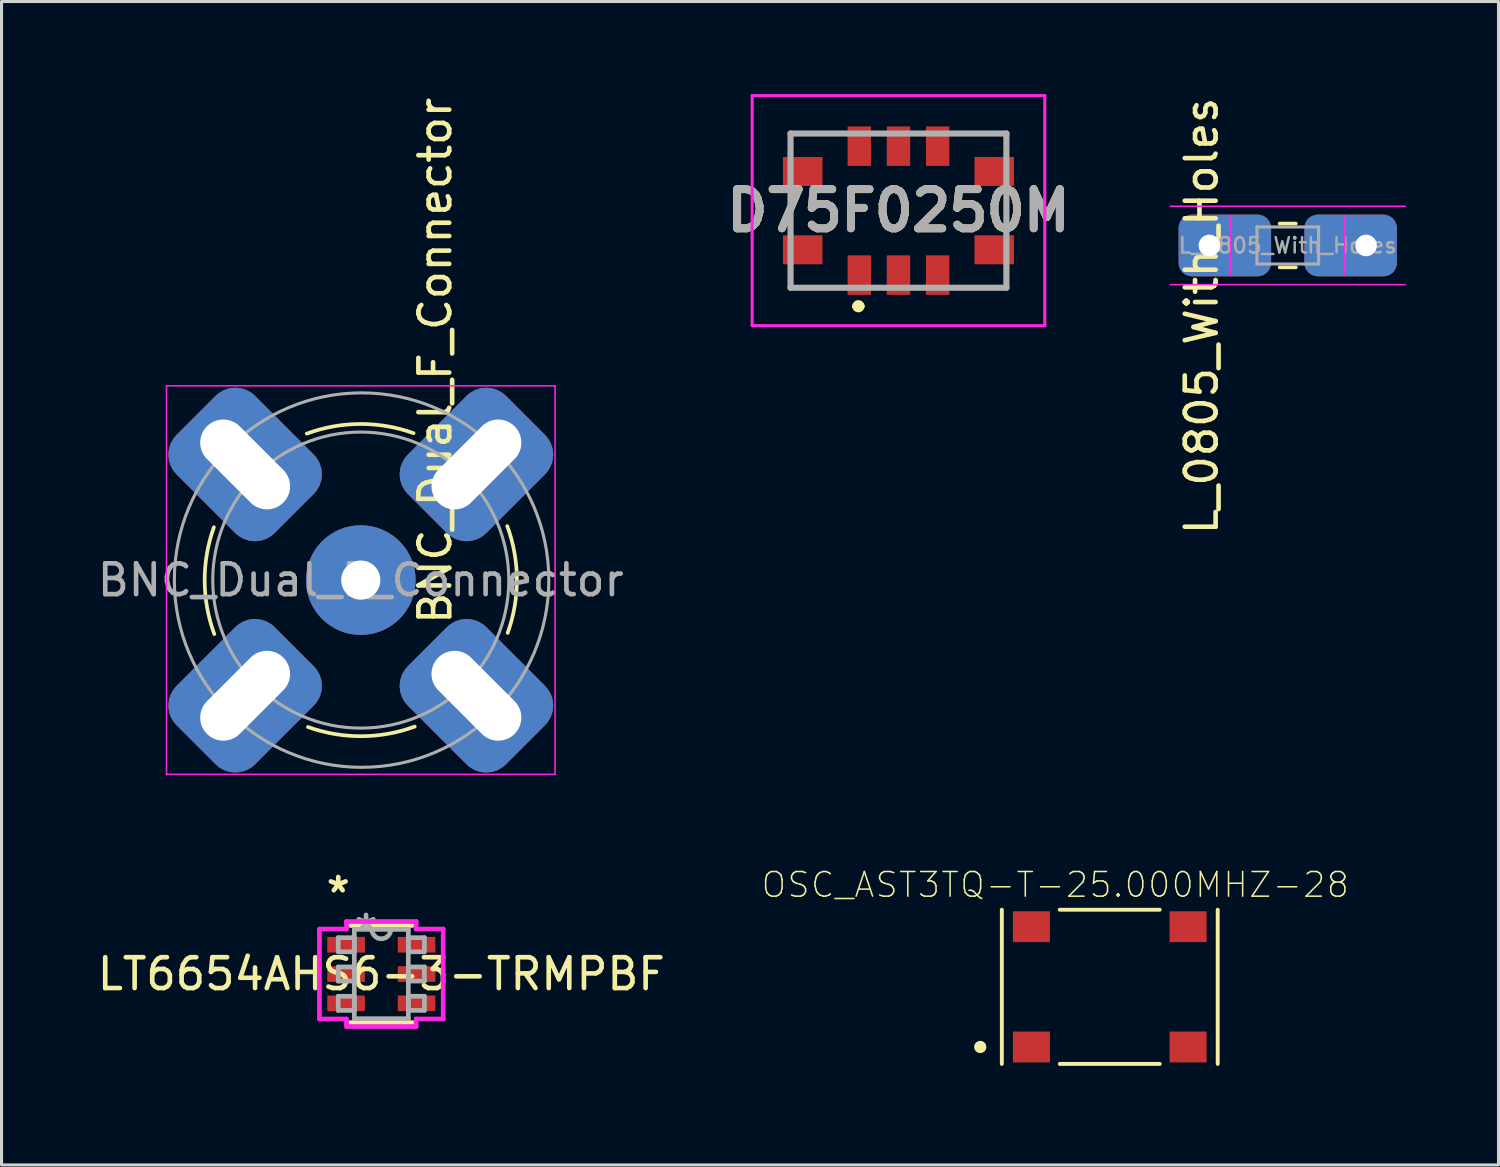
<source format=kicad_pcb>
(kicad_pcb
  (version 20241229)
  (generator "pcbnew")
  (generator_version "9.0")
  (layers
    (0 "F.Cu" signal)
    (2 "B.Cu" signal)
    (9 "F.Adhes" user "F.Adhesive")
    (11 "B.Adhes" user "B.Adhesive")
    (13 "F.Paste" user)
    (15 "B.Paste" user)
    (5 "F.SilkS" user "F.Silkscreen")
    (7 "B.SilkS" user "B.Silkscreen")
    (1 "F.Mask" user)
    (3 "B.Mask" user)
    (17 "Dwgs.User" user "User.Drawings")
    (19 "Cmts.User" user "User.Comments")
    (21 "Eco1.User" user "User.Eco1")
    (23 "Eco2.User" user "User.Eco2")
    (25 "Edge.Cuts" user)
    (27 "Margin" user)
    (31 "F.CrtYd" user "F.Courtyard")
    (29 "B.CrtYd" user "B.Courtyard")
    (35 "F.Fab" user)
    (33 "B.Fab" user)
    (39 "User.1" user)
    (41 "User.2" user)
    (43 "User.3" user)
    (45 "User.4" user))
  (footprint "OSC_AST3TQ-T-25.000MHZ-28"
    (layer "F.Cu")
    (at 32.937 28.95)
    (property "Reference" "OSC_AST3TQ-T-25.000MHZ-28" (at -1.768 -3.308 0) (layer "F.SilkS") (effects (font (size 0.8 0.8) (thickness 0.05))))
    (attr smd)
    (fp_line (start -3.5 -2.5) (end -3.5 2.5) (stroke (width 0.127) (type solid)) (layer "F.SilkS"))
    (fp_line (start -1.62 -2.5) (end 1.62 -2.5) (stroke (width 0.127) (type solid)) (layer "F.SilkS"))
    (fp_line (start -1.62 2.5) (end 1.62 2.5) (stroke (width 0.127) (type solid)) (layer "F.SilkS"))
    (fp_line (start 3.5 -2.5) (end 3.5 2.5) (stroke (width 0.127) (type solid)) (layer "F.SilkS"))
    (fp_circle (center -4.2 1.95) (end -4.1 1.95) (stroke (width 0.2) (type solid)) (fill no) (layer "F.SilkS"))
    (fp_line (start -3.75 -2.75) (end 3.75 -2.75) (stroke (width 0.05) (type solid)) (layer "Eco1.User"))
    (fp_line (start -3.75 2.75) (end -3.75 -2.75) (stroke (width 0.05) (type solid)) (layer "Eco1.User"))
    (fp_line (start 3.75 -2.75) (end 3.75 2.75) (stroke (width 0.05) (type solid)) (layer "Eco1.User"))
    (fp_line (start 3.75 2.75) (end -3.75 2.75) (stroke (width 0.05) (type solid)) (layer "Eco1.User"))
    (fp_line (start -3.5 -2.5) (end 3.5 -2.5) (stroke (width 0.127) (type solid)) (layer "Eco2.User"))
    (fp_line (start -3.5 2.5) (end -3.5 -2.5) (stroke (width 0.127) (type solid)) (layer "Eco2.User"))
    (fp_line (start 3.5 -2.5) (end 3.5 2.5) (stroke (width 0.127) (type solid)) (layer "Eco2.User"))
    (fp_line (start 3.5 2.5) (end -3.5 2.5) (stroke (width 0.127) (type solid)) (layer "Eco2.User"))
    (fp_circle (center -4.2 1.95) (end -4.1 1.95) (stroke (width 0.2) (type solid)) (fill no) (layer "Eco2.User"))
    (pad "1" smd rect (at -2.54 1.95) (size 1.2 1) (layers "F.Cu" "F.Mask" "F.Paste"))
    (pad "2" smd rect (at 2.54 1.95) (size 1.2 1) (layers "F.Cu" "F.Mask" "F.Paste"))
    (pad "3" smd rect (at 2.54 -1.95) (size 1.2 1) (layers "F.Cu" "F.Mask" "F.Paste"))
    (pad "4" smd rect (at -2.54 -1.95) (size 1.2 1) (layers "F.Cu" "F.Mask" "F.Paste")))
  (footprint "BNC_Dual_F_Connector"
    (layer "F.Cu")
    (at 8.649 15.761)
    (property "Reference" "BNC_Dual_F_Connector" (at 2.413 -7.112 90) (layer "F.SilkS") (effects (font (size 1 1) (thickness 0.15))))
    (attr through_hole)
    (fp_arc (start -4.75 1.75) (mid -5.062075 0.019867) (end -4.763589 -1.712663) (stroke (width 0.12) (type solid)) (layer "F.SilkS"))
    (fp_arc (start -1.75 -4.75) (mid -0.019867 -5.062075) (end 1.712663 -4.763589) (stroke (width 0.12) (type solid)) (layer "F.SilkS"))
    (fp_arc (start 1.75 4.75) (mid 0.019867 5.062075) (end -1.712663 4.763589) (stroke (width 0.12) (type solid)) (layer "F.SilkS"))
    (fp_arc (start 4.75 -1.75) (mid 5.062075 -0.019867) (end 4.763589 1.712663) (stroke (width 0.12) (type solid)) (layer "F.SilkS"))
    (fp_line (start -6.3 -6.3) (end 6.3 -6.3) (stroke (width 0.05) (type solid)) (layer "F.CrtYd"))
    (fp_line (start -6.3 6.3) (end -6.3 -6.3) (stroke (width 0.05) (type solid)) (layer "F.CrtYd"))
    (fp_line (start 6.3 -6.3) (end 6.3 6.3) (stroke (width 0.05) (type solid)) (layer "F.CrtYd"))
    (fp_line (start 6.3 6.3) (end -6.3 6.3) (stroke (width 0.05) (type solid)) (layer "F.CrtYd"))
    (fp_circle (center 0 0) (end 4.8 0) (stroke (width 0.1) (type solid)) (fill no) (layer "F.Fab"))
    (fp_circle (center 0.026 0) (end 6.096 -0.127) (stroke (width 0.1) (type solid)) (fill no) (layer "F.Fab"))
    (fp_text user "${REFERENCE}" (at 0 0 0) (layer "F.Fab") (effects (font (size 1 1) (thickness 0.15))))
    (pad "1" thru_hole circle (at 0 0) (size 3.556 3.556) (drill 1.27) (layers "*.Cu" "*.Mask"))
    (pad "2" thru_hole roundrect (at -3.75 -3.75 45) (size 3.6 4.5) (drill oval 1.5 3.5) (layers "*.Cu" "*.Mask") (roundrect_rratio 0.25))
    (pad "2" thru_hole roundrect (at -3.75 3.75 315) (size 3.6 4.5) (drill oval 1.5 3.5) (layers "*.Cu" "*.Mask") (roundrect_rratio 0.25))
    (pad "2" thru_hole roundrect (at 3.75 -3.75 315) (size 3.6 4.5) (drill oval 1.5 3.5) (layers "*.Cu" "*.Mask") (roundrect_rratio 0.25))
    (pad "2" thru_hole roundrect (at 3.75 3.75 45) (size 3.6 4.5) (drill oval 1.5 3.5) (layers "*.Cu" "*.Mask") (roundrect_rratio 0.25)))
  (footprint "LT6654AHS6-3-TRMPBF"
    (layer "F.Cu")
    (at 9.315 28.535)
    (property "Reference" "LT6654AHS6-3-TRMPBF" (at 0 0 0) (layer "F.SilkS") (effects (font (size 1 1) (thickness 0.15))))
    (attr through_hole)
    (fp_line (start -1.003 1.575) (end 1.003 1.575) (stroke (width 0.152) (type solid)) (layer "F.SilkS"))
    (fp_line (start 1.003 -1.575) (end -1.003 -1.575) (stroke (width 0.152) (type solid)) (layer "F.SilkS"))
    (fp_line (start -2.007 -1.458) (end -1.13 -1.458) (stroke (width 0.152) (type solid)) (layer "F.CrtYd"))
    (fp_line (start -2.007 1.458) (end -2.007 -1.458) (stroke (width 0.152) (type solid)) (layer "F.CrtYd"))
    (fp_line (start -1.13 -1.702) (end 1.13 -1.702) (stroke (width 0.152) (type solid)) (layer "F.CrtYd"))
    (fp_line (start -1.13 -1.458) (end -1.13 -1.702) (stroke (width 0.152) (type solid)) (layer "F.CrtYd"))
    (fp_line (start -1.13 1.458) (end -2.007 1.458) (stroke (width 0.152) (type solid)) (layer "F.CrtYd"))
    (fp_line (start -1.13 1.702) (end -1.13 1.458) (stroke (width 0.152) (type solid)) (layer "F.CrtYd"))
    (fp_line (start 1.13 -1.702) (end 1.13 -1.458) (stroke (width 0.152) (type solid)) (layer "F.CrtYd"))
    (fp_line (start 1.13 -1.458) (end 2.007 -1.458) (stroke (width 0.152) (type solid)) (layer "F.CrtYd"))
    (fp_line (start 1.13 1.458) (end 1.13 1.702) (stroke (width 0.152) (type solid)) (layer "F.CrtYd"))
    (fp_line (start 1.13 1.702) (end -1.13 1.702) (stroke (width 0.152) (type solid)) (layer "F.CrtYd"))
    (fp_line (start 2.007 -1.458) (end 2.007 1.458) (stroke (width 0.152) (type solid)) (layer "F.CrtYd"))
    (fp_line (start 2.007 1.458) (end 1.13 1.458) (stroke (width 0.152) (type solid)) (layer "F.CrtYd"))
    (fp_line (start -1.397 -1.179) (end -1.397 -0.721) (stroke (width 0.152) (type solid)) (layer "F.Fab"))
    (fp_line (start -1.397 -0.721) (end -0.876 -0.721) (stroke (width 0.152) (type solid)) (layer "F.Fab"))
    (fp_line (start -1.397 -0.229) (end -1.397 0.229) (stroke (width 0.152) (type solid)) (layer "F.Fab"))
    (fp_line (start -1.397 0.229) (end -0.876 0.229) (stroke (width 0.152) (type solid)) (layer "F.Fab"))
    (fp_line (start -1.397 0.721) (end -1.397 1.179) (stroke (width 0.152) (type solid)) (layer "F.Fab"))
    (fp_line (start -1.397 1.179) (end -0.876 1.179) (stroke (width 0.152) (type solid)) (layer "F.Fab"))
    (fp_line (start -0.876 -1.448) (end -0.876 1.448) (stroke (width 0.152) (type solid)) (layer "F.Fab"))
    (fp_line (start -0.876 -1.179) (end -1.397 -1.179) (stroke (width 0.152) (type solid)) (layer "F.Fab"))
    (fp_line (start -0.876 -0.721) (end -0.876 -1.179) (stroke (width 0.152) (type solid)) (layer "F.Fab"))
    (fp_line (start -0.876 -0.229) (end -1.397 -0.229) (stroke (width 0.152) (type solid)) (layer "F.Fab"))
    (fp_line (start -0.876 0.229) (end -0.876 -0.229) (stroke (width 0.152) (type solid)) (layer "F.Fab"))
    (fp_line (start -0.876 0.721) (end -1.397 0.721) (stroke (width 0.152) (type solid)) (layer "F.Fab"))
    (fp_line (start -0.876 1.179) (end -0.876 0.721) (stroke (width 0.152) (type solid)) (layer "F.Fab"))
    (fp_line (start -0.876 1.448) (end 0.876 1.448) (stroke (width 0.152) (type solid)) (layer "F.Fab"))
    (fp_line (start 0.876 -1.448) (end -0.876 -1.448) (stroke (width 0.152) (type solid)) (layer "F.Fab"))
    (fp_line (start 0.876 -1.179) (end 0.876 -0.721) (stroke (width 0.152) (type solid)) (layer "F.Fab"))
    (fp_line (start 0.876 -0.721) (end 1.397 -0.721) (stroke (width 0.152) (type solid)) (layer "F.Fab"))
    (fp_line (start 0.876 -0.229) (end 0.876 0.229) (stroke (width 0.152) (type solid)) (layer "F.Fab"))
    (fp_line (start 0.876 0.229) (end 1.397 0.229) (stroke (width 0.152) (type solid)) (layer "F.Fab"))
    (fp_line (start 0.876 0.721) (end 0.876 1.179) (stroke (width 0.152) (type solid)) (layer "F.Fab"))
    (fp_line (start 0.876 1.179) (end 1.397 1.179) (stroke (width 0.152) (type solid)) (layer "F.Fab"))
    (fp_line (start 0.876 1.448) (end 0.876 -1.448) (stroke (width 0.152) (type solid)) (layer "F.Fab"))
    (fp_line (start 1.397 -1.179) (end 0.876 -1.179) (stroke (width 0.152) (type solid)) (layer "F.Fab"))
    (fp_line (start 1.397 -0.721) (end 1.397 -1.179) (stroke (width 0.152) (type solid)) (layer "F.Fab"))
    (fp_line (start 1.397 -0.229) (end 0.876 -0.229) (stroke (width 0.152) (type solid)) (layer "F.Fab"))
    (fp_line (start 1.397 0.229) (end 1.397 -0.229) (stroke (width 0.152) (type solid)) (layer "F.Fab"))
    (fp_line (start 1.397 0.721) (end 0.876 0.721) (stroke (width 0.152) (type solid)) (layer "F.Fab"))
    (fp_line (start 1.397 1.179) (end 1.397 0.721) (stroke (width 0.152) (type solid)) (layer "F.Fab"))
    (fp_arc (start 0.3048 -1.4478) (mid 0 -1.143) (end -0.3048 -1.4478) (stroke (width 0.1524) (type solid)) (layer "F.Fab"))
    (fp_text user "*" (at -1.397 -2.601 0) (layer "F.SilkS") (effects (font (size 1 1) (thickness 0.15))))
    (fp_text user "Copyright 2016 Accelerated Designs. All rights reserved." (at 0 0 0) (layer "Cmts.User") (effects (font (size 0.127 0.127) (thickness 0.002))))
    (fp_text user "*" (at -0.495 -1.372 0) (layer "F.Fab") (effects (font (size 1 1) (thickness 0.15))))
    (pad "1" smd rect (at -1.143 -0.95) (size 1.219 0.508) (layers "F.Cu" "F.Mask" "F.Paste"))
    (pad "2" smd rect (at -1.143 0) (size 1.219 0.508) (layers "F.Cu" "F.Mask" "F.Paste"))
    (pad "3" smd rect (at -1.143 0.95) (size 1.219 0.508) (layers "F.Cu" "F.Mask" "F.Paste"))
    (pad "4" smd rect (at 1.143 0.95) (size 1.219 0.508) (layers "F.Cu" "F.Mask" "F.Paste"))
    (pad "5" smd rect (at 1.143 0) (size 1.219 0.508) (layers "F.Cu" "F.Mask" "F.Paste"))
    (pad "6" smd rect (at 1.143 -0.95) (size 1.219 0.508) (layers "F.Cu" "F.Mask" "F.Paste")))
  (footprint "D75F0250M"
    (layer "F.Cu")
    (at 26.085 3.78)
    (property "Reference" "D75F0250M" (at 0 0 0) (layer "F.SilkS") (effects (font (size 1.27 1.27) (thickness 0.254))))
    (attr smd)
    (fp_line (start -3.5 -2.5) (end -3.5 -2.09) (stroke (width 0.1) (type solid)) (layer "F.SilkS"))
    (fp_line (start -3.5 -0.5) (end -3.5 0.5) (stroke (width 0.1) (type solid)) (layer "F.SilkS"))
    (fp_line (start -3.5 2) (end -3.5 2.5) (stroke (width 0.1) (type solid)) (layer "F.SilkS"))
    (fp_line (start -3.5 2.5) (end -2 2.5) (stroke (width 0.1) (type solid)) (layer "F.SilkS"))
    (fp_line (start -2 -2.5) (end -3.5 -2.5) (stroke (width 0.1) (type solid)) (layer "F.SilkS"))
    (fp_line (start -1.4 3.1) (end -1.4 3.1) (stroke (width 0.2) (type solid)) (layer "F.SilkS"))
    (fp_line (start -1.2 3.1) (end -1.2 3.1) (stroke (width 0.2) (type solid)) (layer "F.SilkS"))
    (fp_line (start 2 -2.5) (end 3.5 -2.5) (stroke (width 0.1) (type solid)) (layer "F.SilkS"))
    (fp_line (start 2 2.5) (end 3.5 2.5) (stroke (width 0.1) (type solid)) (layer "F.SilkS"))
    (fp_line (start 3.5 -2.5) (end 3.5 -2) (stroke (width 0.1) (type solid)) (layer "F.SilkS"))
    (fp_line (start 3.5 -0.5) (end 3.5 0.5) (stroke (width 0.1) (type solid)) (layer "F.SilkS"))
    (fp_line (start 3.5 2.5) (end 3.5 2) (stroke (width 0.1) (type solid)) (layer "F.SilkS"))
    (fp_arc (start -1.4 3.1) (mid -1.3 3) (end -1.2 3.1) (stroke (width 0.2) (type solid)) (layer "F.SilkS"))
    (fp_arc (start -1.2 3.1) (mid -1.3 3.2) (end -1.4 3.1) (stroke (width 0.2) (type solid)) (layer "F.SilkS"))
    (fp_line (start -4.745 -3.73) (end 4.745 -3.73) (stroke (width 0.1) (type solid)) (layer "F.CrtYd"))
    (fp_line (start -4.745 3.73) (end -4.745 -3.73) (stroke (width 0.1) (type solid)) (layer "F.CrtYd"))
    (fp_line (start 4.745 -3.73) (end 4.745 3.73) (stroke (width 0.1) (type solid)) (layer "F.CrtYd"))
    (fp_line (start 4.745 3.73) (end -4.745 3.73) (stroke (width 0.1) (type solid)) (layer "F.CrtYd"))
    (fp_line (start -3.5 -2.5) (end 3.5 -2.5) (stroke (width 0.2) (type solid)) (layer "F.Fab"))
    (fp_line (start -3.5 2.5) (end -3.5 -2.5) (stroke (width 0.2) (type solid)) (layer "F.Fab"))
    (fp_line (start 3.5 -2.5) (end 3.5 2.5) (stroke (width 0.2) (type solid)) (layer "F.Fab"))
    (fp_line (start 3.5 2.5) (end -3.5 2.5) (stroke (width 0.2) (type solid)) (layer "F.Fab"))
    (fp_text user "${REFERENCE}" (at 0 0 0) (layer "F.Fab") (effects (font (size 1.27 1.27) (thickness 0.254))))
    (pad "1" smd rect (at -1.27 2.09) (size 0.76 1.28) (layers "F.Cu" "F.Mask" "F.Paste"))
    (pad "2" smd rect (at 0 2.09) (size 0.76 1.28) (layers "F.Cu" "F.Mask" "F.Paste"))
    (pad "3" smd rect (at 1.27 2.09) (size 0.76 1.28) (layers "F.Cu" "F.Mask" "F.Paste"))
    (pad "4" smd rect (at 3.105 1.27 90) (size 0.94 1.28) (layers "F.Cu" "F.Mask" "F.Paste"))
    (pad "5" smd rect (at 3.105 -1.27 90) (size 0.94 1.28) (layers "F.Cu" "F.Mask" "F.Paste"))
    (pad "6" smd rect (at 1.27 -2.09) (size 0.76 1.28) (layers "F.Cu" "F.Mask" "F.Paste"))
    (pad "7" smd rect (at 0 -2.09) (size 0.76 1.28) (layers "F.Cu" "F.Mask" "F.Paste"))
    (pad "8" smd rect (at -1.27 -2.09) (size 0.76 1.28) (layers "F.Cu" "F.Mask" "F.Paste"))
    (pad "9" smd rect (at -3.105 -1.27 90) (size 0.94 1.28) (layers "F.Cu" "F.Mask" "F.Paste"))
    (pad "10" smd rect (at -3.105 1.27 90) (size 0.94 1.28) (layers "F.Cu" "F.Mask" "F.Paste")))
  (footprint "L_0805_With_Holes"
    (layer "F.Cu")
    (at 38.708 4.91)
    (property "Reference" "L_0805_With_Holes" (at -2.794 2.286 90) (layer "F.SilkS") (effects (font (size 1 1) (thickness 0.15))))
    (attr smd)
    (fp_line (start -0.261 -0.71) (end 0.261 -0.71) (stroke (width 0.12) (type solid)) (layer "F.SilkS"))
    (fp_line (start -0.261 0.71) (end 0.261 0.71) (stroke (width 0.12) (type solid)) (layer "F.SilkS"))
    (fp_line (start -3.81 -1.27) (end 3.81 -1.27) (stroke (width 0.05) (type solid)) (layer "F.CrtYd"))
    (fp_line (start -1.85 0.95) (end -1.85 -0.95) (stroke (width 0.05) (type solid)) (layer "F.CrtYd"))
    (fp_line (start 1.85 -0.95) (end 1.85 0.95) (stroke (width 0.05) (type solid)) (layer "F.CrtYd"))
    (fp_line (start 3.81 1.27) (end -3.81 1.27) (stroke (width 0.05) (type solid)) (layer "F.CrtYd"))
    (fp_line (start -1 -0.6) (end 1 -0.6) (stroke (width 0.1) (type solid)) (layer "F.Fab"))
    (fp_line (start -1 0.6) (end -1 -0.6) (stroke (width 0.1) (type solid)) (layer "F.Fab"))
    (fp_line (start 1 -0.6) (end 1 0.6) (stroke (width 0.1) (type solid)) (layer "F.Fab"))
    (fp_line (start 1 0.6) (end -1 0.6) (stroke (width 0.1) (type solid)) (layer "F.Fab"))
    (fp_text user "${REFERENCE}" (at 0 0 0) (layer "F.Fab") (effects (font (size 0.5 0.5) (thickness 0.08))))
    (pad "1" thru_hole roundrect (at -2.54 0) (size 3 2) (drill 0.7 (offset 0.5 0)) (layers "*.Cu" "*.Mask") (roundrect_rratio 0.217))
    (pad "2" thru_hole roundrect (at 2.54 0) (size 3 2) (drill 0.7 (offset -0.5 0)) (layers "*.Cu" "*.Mask") (roundrect_rratio 0.217)))
  (gr_rect
    (start -3 -3)
    (end 45.543 34.725)
    (stroke (width 0.1) (type default))
    (fill no)
    (layer "Edge.Cuts")))
</source>
